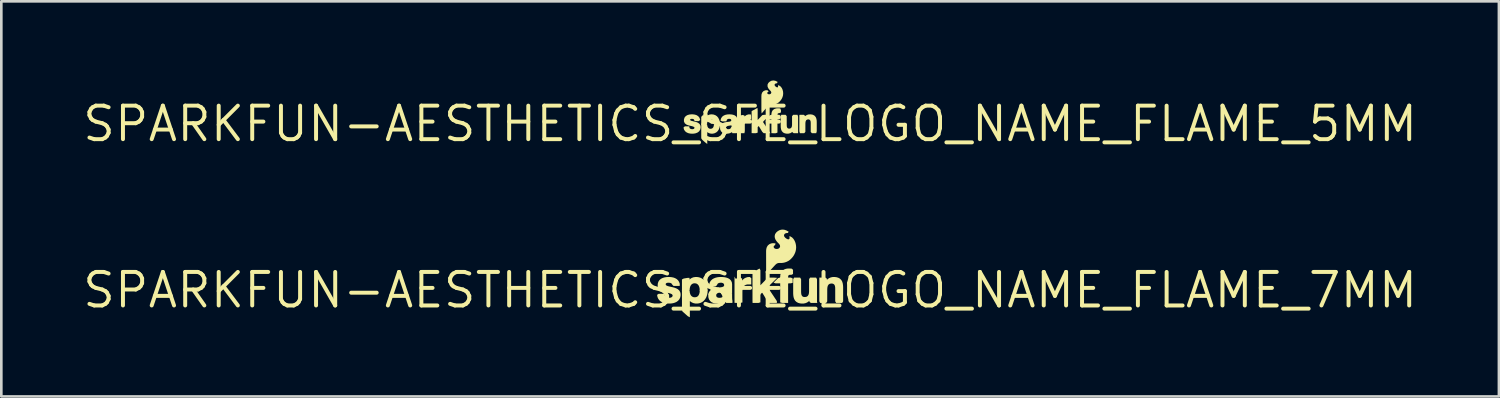
<source format=kicad_pcb>
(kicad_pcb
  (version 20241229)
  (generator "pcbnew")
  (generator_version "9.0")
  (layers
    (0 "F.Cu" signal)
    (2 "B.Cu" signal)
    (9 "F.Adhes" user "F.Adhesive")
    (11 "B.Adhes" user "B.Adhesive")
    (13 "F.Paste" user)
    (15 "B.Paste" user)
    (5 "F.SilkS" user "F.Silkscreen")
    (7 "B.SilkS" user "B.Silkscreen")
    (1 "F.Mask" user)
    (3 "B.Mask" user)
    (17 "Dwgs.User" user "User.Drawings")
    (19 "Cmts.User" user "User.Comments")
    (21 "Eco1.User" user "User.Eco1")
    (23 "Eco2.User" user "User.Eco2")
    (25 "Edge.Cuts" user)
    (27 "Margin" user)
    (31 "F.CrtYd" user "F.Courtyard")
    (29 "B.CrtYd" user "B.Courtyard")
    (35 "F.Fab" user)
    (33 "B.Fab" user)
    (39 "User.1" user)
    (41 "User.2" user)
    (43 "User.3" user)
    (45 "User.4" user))
  (footprint "SPARKFUN-AESTHETICS_SFE_LOGO_NAME_FLAME_5MM"
    (layer "F.Cu")
    (at 25.377 1.644)
    (property "Reference" "SPARKFUN-AESTHETICS_SFE_LOGO_NAME_FLAME_5MM" (at 0 0 0) (layer "F.SilkS") (effects (font (size 1.27 1.27) (thickness 0.15))))
    (fp_poly (pts (xy 0.028 -0.357) (xy 0.038 -0.274) (xy 0.038 -0.2) (xy 0.005 -0.143) (xy -0.072 -0.144) (xy -0.126 -0.13) (xy -0.167 -0.095) (xy -0.191 -0.044) (xy -0.201 0.015) (xy -0.201 0.277) (xy -0.216 0.355) (xy -0.376 0.355) (xy -0.43 0.314) (xy -0.43 -0.322) (xy -0.403 -0.314) (xy -0.273 -0.337) (xy -0.21 -0.311) (xy -0.21 -0.276) (xy -0.193 -0.296) (xy -0.133 -0.337) (xy -0.063 -0.359)) (stroke (width 0) (type default)) (fill yes) (layer "F.SilkS"))
    (fp_poly (pts (xy 0.286 -0.505) (xy 0.286 -0.147) (xy 0.462 -0.331) (xy 0.534 -0.344) (xy 0.694 -0.344) (xy 0.694 -0.281) (xy 0.502 -0.094) (xy 0.494 -0.062) (xy 0.769 0.354) (xy 0.517 0.355) (xy 0.463 0.306) (xy 0.331 0.09) (xy 0.314 0.091) (xy 0.286 0.125) (xy 0.286 0.332) (xy 0.215 0.355) (xy 0.144 0.355) (xy 0.057 0.35) (xy 0.057 -0.477) (xy 0.066 -0.488) (xy 0.279 -0.604)) (stroke (width 0) (type default)) (fill yes) (layer "F.SilkS"))
    (fp_poly (pts (xy -0.912 0.153) (xy -0.885 0.192) (xy -0.835 0.203) (xy -0.78 0.197) (xy -0.736 0.169) (xy -0.707 0.107) (xy -0.641 0.085) (xy -0.481 0.085) (xy -0.478 0.24) (xy -0.466 0.318) (xy -0.515 0.355) (xy -0.672 0.355) (xy -0.688 0.312) (xy -0.71 0.327) (xy -0.774 0.356) (xy -0.843 0.37) (xy -0.914 0.373) (xy -0.984 0.362) (xy -1.052 0.332) (xy -1.105 0.28) (xy -1.135 0.211) (xy -1.141 0.128) (xy -1.084 0.085) (xy -0.922 0.085)) (stroke (width 0) (type default)) (fill yes) (layer "F.SilkS"))
    (fp_poly (pts (xy -1.385 -0.353) (xy -1.317 -0.329) (xy -1.257 -0.289) (xy -1.21 -0.235) (xy -1.177 -0.172) (xy -1.155 -0.106) (xy -1.143 -0.032) (xy -1.172 0.035) (xy -1.334 0.035) (xy -1.371 -0.021) (xy -1.385 -0.086) (xy -1.411 -0.136) (xy -1.454 -0.168) (xy -1.507 -0.177) (xy -1.559 -0.163) (xy -1.598 -0.126) (xy -1.621 -0.074) (xy -1.632 -0.001) (xy -1.689 0.035) (xy -1.852 0.035) (xy -1.852 -0.262) (xy -1.811 -0.317) (xy -1.646 -0.346) (xy -1.638 -0.294) (xy -1.595 -0.329) (xy -1.527 -0.355) (xy -1.455 -0.361)) (stroke (width 0) (type default)) (fill yes) (layer "F.SilkS"))
    (fp_poly (pts (xy 1.14 -0.586) (xy 1.169 -0.52) (xy 1.169 -0.433) (xy 1.106 -0.407) (xy 1.053 -0.399) (xy 1.038 -0.364) (xy 1.047 -0.343) (xy 1.106 -0.343) (xy 1.159 -0.301) (xy 1.159 -0.208) (xy 1.098 -0.174) (xy 1.044 -0.174) (xy 1.036 -0.145) (xy 1.036 0.331) (xy 0.966 0.356) (xy 0.896 0.356) (xy 0.807 0.352) (xy 0.807 -0.174) (xy 0.694 -0.174) (xy 0.631 -0.209) (xy 0.754 -0.33) (xy 0.804 -0.34) (xy 0.808 -0.383) (xy 0.821 -0.453) (xy 0.858 -0.518) (xy 0.918 -0.563) (xy 0.987 -0.586) (xy 1.057 -0.591)) (stroke (width 0) (type default)) (fill yes) (layer "F.SilkS"))
    (fp_poly (pts (xy -1.631 0.021) (xy -1.619 0.093) (xy -1.594 0.144) (xy -1.552 0.178) (xy -1.499 0.188) (xy -1.445 0.177) (xy -1.404 0.143) (xy -1.381 0.091) (xy -1.369 0.017) (xy -1.309 -0.015) (xy -1.145 -0.015) (xy -1.146 0.075) (xy -1.16 0.144) (xy -1.186 0.21) (xy -1.225 0.27) (xy -1.278 0.32) (xy -1.342 0.354) (xy -1.412 0.371) (xy -1.484 0.371) (xy -1.554 0.354) (xy -1.618 0.318) (xy -1.624 0.311) (xy -1.624 0.315) (xy -1.624 0.762) (xy -1.71 0.697) (xy -1.812 0.606) (xy -1.852 0.547) (xy -1.852 -0.015) (xy -1.688 -0.015)) (stroke (width 0) (type default)) (fill yes) (layer "F.SilkS"))
    (fp_poly (pts (xy 2.367 -0.348) (xy 2.434 -0.316) (xy 2.485 -0.26) (xy 2.512 -0.192) (xy 2.523 -0.122) (xy 2.525 -0.054) (xy 2.525 0.282) (xy 2.505 0.355) (xy 2.342 0.355) (xy 2.297 0.305) (xy 2.297 -0.036) (xy 2.292 -0.097) (xy 2.271 -0.145) (xy 2.227 -0.169) (xy 2.174 -0.167) (xy 2.128 -0.143) (xy 2.104 -0.095) (xy 2.095 -0.035) (xy 2.094 0.304) (xy 2.05 0.355) (xy 1.887 0.355) (xy 1.866 0.282) (xy 1.866 -0.323) (xy 1.874 -0.344) (xy 2.033 -0.344) (xy 2.085 -0.302) (xy 2.085 -0.292) (xy 2.092 -0.299) (xy 2.154 -0.339) (xy 2.224 -0.359) (xy 2.296 -0.36)) (stroke (width 0) (type default)) (fill yes) (layer "F.SilkS"))
    (fp_poly (pts (xy 1.387 -0.293) (xy 1.387 0.047) (xy 1.392 0.108) (xy 1.413 0.157) (xy 1.456 0.18) (xy 1.51 0.179) (xy 1.555 0.154) (xy 1.58 0.107) (xy 1.589 0.047) (xy 1.589 -0.292) (xy 1.634 -0.344) (xy 1.797 -0.344) (xy 1.818 -0.271) (xy 1.818 0.305) (xy 1.818 0.305) (xy 1.818 0.355) (xy 1.651 0.355) (xy 1.599 0.314) (xy 1.598 0.304) (xy 1.592 0.311) (xy 1.53 0.35) (xy 1.46 0.37) (xy 1.388 0.372) (xy 1.317 0.36) (xy 1.25 0.328) (xy 1.199 0.272) (xy 1.172 0.204) (xy 1.161 0.134) (xy 1.159 0.066) (xy 1.159 -0.27) (xy 1.179 -0.344) (xy 1.342 -0.344)) (stroke (width 0) (type default)) (fill yes) (layer "F.SilkS"))
    (fp_poly (pts (xy -0.722 -0.358) (xy -0.653 -0.347) (xy -0.585 -0.323) (xy -0.524 -0.278) (xy -0.488 -0.211) (xy -0.481 -0.139) (xy -0.481 0.066) (xy -0.505 0.135) (xy -0.668 0.135) (xy -0.708 0.083) (xy -0.711 0.051) (xy -0.744 0.062) (xy -0.811 0.072) (xy -0.868 0.086) (xy -0.919 0.13) (xy -0.991 0.135) (xy -1.062 0.135) (xy -1.144 0.114) (xy -1.101 0.022) (xy -1.043 -0.027) (xy -0.976 -0.053) (xy -0.908 -0.067) (xy -0.778 -0.084) (xy -0.728 -0.101) (xy -0.711 -0.137) (xy -0.729 -0.176) (xy -0.776 -0.191) (xy -0.832 -0.189) (xy -0.875 -0.164) (xy -0.9 -0.094) (xy -1.055 -0.094) (xy -1.124 -0.126) (xy -1.098 -0.214) (xy -1.055 -0.275) (xy -0.996 -0.318) (xy -0.929 -0.344) (xy -0.86 -0.357) (xy -0.791 -0.361)) (stroke (width 0) (type default)) (fill yes) (layer "F.SilkS"))
    (fp_poly (pts (xy 0.958 -1.631) (xy 1.042 -1.591) (xy 1.021 -1.542) (xy 0.954 -1.525) (xy 0.926 -1.491) (xy 0.935 -1.446) (xy 0.973 -1.407) (xy 1.02 -1.382) (xy 1.054 -1.39) (xy 1.065 -1.47) (xy 1.099 -1.454) (xy 1.158 -1.414) (xy 1.202 -1.356) (xy 1.231 -1.291) (xy 1.248 -1.223) (xy 1.253 -1.153) (xy 1.247 -1.083) (xy 1.228 -1.015) (xy 1.199 -0.951) (xy 1.16 -0.893) (xy 1.114 -0.841) (xy 1.06 -0.796) (xy 0.999 -0.761) (xy 0.932 -0.738) (xy 0.863 -0.727) (xy 0.797 -0.727) (xy 0.74 -0.717) (xy 0.693 -0.684) (xy 0.561 -0.54) (xy 0.436 -0.394) (xy 0.427 -0.509) (xy 0.427 -1.04) (xy 0.431 -1.11) (xy 0.453 -1.181) (xy 0.503 -1.238) (xy 0.571 -1.27) (xy 0.651 -1.277) (xy 0.703 -1.234) (xy 0.646 -1.18) (xy 0.656 -1.144) (xy 0.698 -1.121) (xy 0.75 -1.123) (xy 0.791 -1.149) (xy 0.804 -1.193) (xy 0.783 -1.24) (xy 0.739 -1.285) (xy 0.695 -1.339) (xy 0.663 -1.406) (xy 0.659 -1.483) (xy 0.692 -1.552) (xy 0.747 -1.602) (xy 0.813 -1.635) (xy 0.886 -1.644)) (stroke (width 0) (type default)) (fill yes) (layer "F.SilkS"))
    (fp_poly (pts (xy -2.165 -0.36) (xy -2.095 -0.351) (xy -2.027 -0.329) (xy -1.965 -0.289) (xy -1.919 -0.231) (xy -1.89 -0.147) (xy -1.947 -0.104) (xy -2.022 -0.104) (xy -2.102 -0.107) (xy -2.131 -0.171) (xy -2.178 -0.19) (xy -2.234 -0.19) (xy -2.272 -0.172) (xy -2.272 -0.14) (xy -2.23 -0.116) (xy -2.039 -0.069) (xy -1.973 -0.041) (xy -1.914 0.005) (xy -1.879 0.073) (xy -1.875 0.148) (xy -1.892 0.22) (xy -1.932 0.283) (xy -1.991 0.328) (xy -2.057 0.355) (xy -2.126 0.369) (xy -2.196 0.373) (xy -2.265 0.369) (xy -2.334 0.355) (xy -2.4 0.328) (xy -2.459 0.284) (xy -2.502 0.223) (xy -2.526 0.141) (xy -2.473 0.094) (xy -2.303 0.094) (xy -2.305 0.117) (xy -2.29 0.166) (xy -2.247 0.195) (xy -2.192 0.203) (xy -2.139 0.193) (xy -2.108 0.162) (xy -2.115 0.125) (xy -2.16 0.101) (xy -2.22 0.084) (xy -2.285 0.07) (xy -2.351 0.052) (xy -2.417 0.025) (xy -2.476 -0.022) (xy -2.508 -0.093) (xy -2.507 -0.168) (xy -2.485 -0.239) (xy -2.436 -0.297) (xy -2.372 -0.334) (xy -2.304 -0.353) (xy -2.234 -0.361)) (stroke (width 0) (type default)) (fill yes) (layer "F.SilkS")))
  (footprint "SPARKFUN-AESTHETICS_SFE_LOGO_NAME_FLAME_7MM"
    (layer "F.Cu")
    (at 25.377 7.946)
    (property "Reference" "SPARKFUN-AESTHETICS_SFE_LOGO_NAME_FLAME_7MM" (at 0 0 0) (layer "F.SilkS") (effects (font (size 1.27 1.27) (thickness 0.15))))
    (fp_poly (pts (xy -0.552 -0.435) (xy -0.367 -0.468) (xy -0.304 -0.442) (xy -0.304 -0.364) (xy -0.278 -0.396) (xy -0.223 -0.442) (xy -0.16 -0.475) (xy -0.091 -0.495) (xy -0.012 -0.499) (xy 0.044 -0.452) (xy 0.044 -0.216) (xy -0.103 -0.216) (xy -0.162 -0.203) (xy -0.212 -0.174) (xy -0.251 -0.13) (xy -0.275 -0.076) (xy -0.288 -0.015) (xy -0.292 0.048) (xy -0.292 0.466) (xy -0.367 0.484) (xy -0.504 0.484) (xy -0.591 0.48) (xy -0.591 -0.516)) (stroke (width 0) (type default)) (fill yes) (layer "F.SilkS"))
    (fp_poly (pts (xy 0.39 -0.757) (xy 0.39 -0.185) (xy 0.646 -0.451) (xy 0.713 -0.475) (xy 0.916 -0.475) (xy 1.028 -0.466) (xy 0.67 -0.118) (xy 0.684 -0.082) (xy 1.015 0.416) (xy 1.014 0.484) (xy 0.715 0.484) (xy 0.665 0.431) (xy 0.463 0.103) (xy 0.446 0.103) (xy 0.41 0.138) (xy 0.39 0.184) (xy 0.39 0.461) (xy 0.319 0.484) (xy 0.093 0.484) (xy 0.09 0.396) (xy 0.09 -0.634) (xy 0.018 -0.634) (xy 0.357 -0.82)) (stroke (width 0) (type default)) (fill yes) (layer "F.SilkS"))
    (fp_poly (pts (xy -1.283 0.15) (xy -1.284 0.226) (xy -1.257 0.267) (xy -1.208 0.287) (xy -1.148 0.291) (xy -1.09 0.282) (xy -1.039 0.257) (xy -1.004 0.214) (xy -0.981 0.142) (xy -0.909 0.126) (xy -0.683 0.126) (xy -0.682 0.283) (xy -0.679 0.347) (xy -0.668 0.413) (xy -0.671 0.484) (xy -0.901 0.484) (xy -0.959 0.445) (xy -0.966 0.42) (xy -0.989 0.439) (xy -1.052 0.472) (xy -1.119 0.493) (xy -1.187 0.505) (xy -1.256 0.509) (xy -1.326 0.503) (xy -1.395 0.487) (xy -1.46 0.457) (xy -1.516 0.411) (xy -1.557 0.351) (xy -1.58 0.282) (xy -1.587 0.21) (xy -1.571 0.126) (xy -1.347 0.126)) (stroke (width 0) (type default)) (fill yes) (layer "F.SilkS"))
    (fp_poly (pts (xy 1.573 -0.816) (xy 1.626 -0.772) (xy 1.626 -0.613) (xy 1.567 -0.581) (xy 1.5 -0.582) (xy 1.456 -0.564) (xy 1.44 -0.517) (xy 1.44 -0.478) (xy 1.477 -0.475) (xy 1.548 -0.475) (xy 1.612 -0.444) (xy 1.612 -0.277) (xy 1.537 -0.258) (xy 1.471 -0.258) (xy 1.44 -0.25) (xy 1.44 0.483) (xy 1.214 0.484) (xy 1.14 0.464) (xy 1.14 -0.258) (xy 0.962 -0.258) (xy 0.887 -0.286) (xy 1.061 -0.457) (xy 1.121 -0.472) (xy 1.14 -0.494) (xy 1.142 -0.553) (xy 1.155 -0.623) (xy 1.185 -0.689) (xy 1.232 -0.745) (xy 1.293 -0.785) (xy 1.36 -0.809) (xy 1.429 -0.82) (xy 1.498 -0.82)) (stroke (width 0) (type default)) (fill yes) (layer "F.SilkS"))
    (fp_poly (pts (xy -2.293 0.015) (xy -2.285 0.092) (xy -2.269 0.151) (xy -2.241 0.203) (xy -2.2 0.242) (xy -2.148 0.265) (xy -2.09 0.27) (xy -2.033 0.26) (xy -1.984 0.232) (xy -1.948 0.187) (xy -1.925 0.132) (xy -1.912 0.072) (xy -1.907 -0.015) (xy -1.683 -0.015) (xy -1.608 0.004) (xy -1.613 0.092) (xy -1.625 0.159) (xy -1.644 0.225) (xy -1.671 0.289) (xy -1.708 0.348) (xy -1.754 0.401) (xy -1.808 0.445) (xy -1.87 0.478) (xy -1.937 0.499) (xy -2.006 0.508) (xy -2.076 0.506) (xy -2.145 0.492) (xy -2.21 0.465) (xy -2.269 0.425) (xy -2.284 0.409) (xy -2.284 1.027) (xy -2.361 0.988) (xy -2.566 0.806) (xy -2.583 0.736) (xy -2.583 -0.015) (xy -2.355 -0.015)) (stroke (width 0) (type default)) (fill yes) (layer "F.SilkS"))
    (fp_poly (pts (xy -2.009 -0.498) (xy -1.939 -0.488) (xy -1.872 -0.466) (xy -1.809 -0.432) (xy -1.753 -0.387) (xy -1.707 -0.333) (xy -1.671 -0.273) (xy -1.644 -0.209) (xy -1.625 -0.142) (xy -1.614 -0.073) (xy -1.608 0.015) (xy -1.684 0.035) (xy -1.821 0.035) (xy -1.907 0.03) (xy -1.913 -0.056) (xy -1.926 -0.118) (xy -1.949 -0.173) (xy -1.986 -0.219) (xy -2.035 -0.25) (xy -2.092 -0.261) (xy -2.15 -0.256) (xy -2.203 -0.232) (xy -2.243 -0.191) (xy -2.27 -0.138) (xy -2.286 -0.078) (xy -2.293 -0.001) (xy -2.351 0.035) (xy -2.583 0.035) (xy -2.583 -0.405) (xy -2.518 -0.44) (xy -2.381 -0.464) (xy -2.296 -0.467) (xy -2.296 -0.399) (xy -2.277 -0.421) (xy -2.217 -0.461) (xy -2.15 -0.487) (xy -2.079 -0.498)) (stroke (width 0) (type default)) (fill yes) (layer "F.SilkS"))
    (fp_poly (pts (xy 1.932 -0.415) (xy 1.932 0.057) (xy 1.935 0.121) (xy 1.946 0.18) (xy 1.974 0.229) (xy 2.02 0.256) (xy 2.077 0.261) (xy 2.135 0.252) (xy 2.182 0.223) (xy 2.213 0.176) (xy 2.229 0.118) (xy 2.234 0.055) (xy 2.235 -0.418) (xy 2.273 -0.475) (xy 2.501 -0.475) (xy 2.535 -0.413) (xy 2.535 0.453) (xy 2.549 0.484) (xy 2.302 0.484) (xy 2.247 0.442) (xy 2.247 0.397) (xy 2.221 0.425) (xy 2.162 0.466) (xy 2.096 0.493) (xy 2.026 0.507) (xy 1.956 0.508) (xy 1.886 0.5) (xy 1.818 0.481) (xy 1.754 0.445) (xy 1.702 0.394) (xy 1.667 0.33) (xy 1.646 0.262) (xy 1.636 0.193) (xy 1.632 0.125) (xy 1.632 -0.415) (xy 1.668 -0.475) (xy 1.896 -0.475)) (stroke (width 0) (type default)) (fill yes) (layer "F.SilkS"))
    (fp_poly (pts (xy 3.271 -0.491) (xy 3.34 -0.471) (xy 3.404 -0.436) (xy 3.456 -0.384) (xy 3.491 -0.321) (xy 3.511 -0.253) (xy 3.521 -0.184) (xy 3.525 -0.116) (xy 3.525 0.424) (xy 3.489 0.484) (xy 3.261 0.484) (xy 3.225 0.424) (xy 3.225 -0.048) (xy 3.223 -0.112) (xy 3.211 -0.171) (xy 3.183 -0.219) (xy 3.137 -0.246) (xy 3.08 -0.252) (xy 3.022 -0.243) (xy 2.975 -0.214) (xy 2.944 -0.167) (xy 2.929 -0.109) (xy 2.923 -0.046) (xy 2.922 0.427) (xy 2.884 0.484) (xy 2.656 0.484) (xy 2.623 0.422) (xy 2.623 -0.425) (xy 2.623 -0.425) (xy 2.623 -0.475) (xy 2.856 -0.475) (xy 2.91 -0.433) (xy 2.91 -0.388) (xy 2.936 -0.416) (xy 2.995 -0.457) (xy 3.061 -0.484) (xy 3.131 -0.498) (xy 3.202 -0.499)) (stroke (width 0) (type default)) (fill yes) (layer "F.SilkS"))
    (fp_poly (pts (xy -1.039 -0.497) (xy -0.97 -0.49) (xy -0.902 -0.476) (xy -0.836 -0.453) (xy -0.773 -0.415) (xy -0.723 -0.361) (xy -0.692 -0.294) (xy -0.683 -0.223) (xy -0.683 0.12) (xy -0.722 0.176) (xy -0.95 0.176) (xy -0.982 0.116) (xy -0.982 0.062) (xy -0.99 0.06) (xy -1.049 0.075) (xy -1.18 0.096) (xy -1.236 0.115) (xy -1.285 0.161) (xy -1.352 0.176) (xy -1.588 0.176) (xy -1.56 0.078) (xy -1.518 0.017) (xy -1.461 -0.029) (xy -1.396 -0.059) (xy -1.328 -0.077) (xy -1.261 -0.089) (xy -1.129 -0.106) (xy -1.066 -0.116) (xy -1.012 -0.135) (xy -0.984 -0.173) (xy -0.988 -0.222) (xy -1.018 -0.262) (xy -1.07 -0.28) (xy -1.13 -0.282) (xy -1.187 -0.272) (xy -1.232 -0.242) (xy -1.26 -0.183) (xy -1.313 -0.145) (xy -1.543 -0.145) (xy -1.552 -0.226) (xy -1.529 -0.297) (xy -1.49 -0.358) (xy -1.438 -0.408) (xy -1.377 -0.445) (xy -1.312 -0.471) (xy -1.244 -0.488) (xy -1.176 -0.497) (xy -1.107 -0.499)) (stroke (width 0) (type default)) (fill yes) (layer "F.SilkS"))
    (fp_poly (pts (xy 1.313 -2.285) (xy 1.379 -2.261) (xy 1.462 -2.214) (xy 1.43 -2.168) (xy 1.358 -2.161) (xy 1.311 -2.135) (xy 1.284 -2.092) (xy 1.289 -2.043) (xy 1.321 -1.997) (xy 1.366 -1.958) (xy 1.418 -1.931) (xy 1.465 -1.925) (xy 1.494 -1.954) (xy 1.494 -2.054) (xy 1.533 -2.031) (xy 1.592 -1.996) (xy 1.641 -1.944) (xy 1.679 -1.885) (xy 1.708 -1.822) (xy 1.728 -1.756) (xy 1.74 -1.688) (xy 1.744 -1.619) (xy 1.739 -1.55) (xy 1.726 -1.482) (xy 1.705 -1.417) (xy 1.676 -1.354) (xy 1.641 -1.295) (xy 1.6 -1.24) (xy 1.554 -1.19) (xy 1.502 -1.144) (xy 1.445 -1.105) (xy 1.383 -1.074) (xy 1.318 -1.051) (xy 1.25 -1.036) (xy 1.182 -1.03) (xy 1.116 -1.031) (xy 1.056 -1.026) (xy 1.004 -1.002) (xy 0.957 -0.962) (xy 0.913 -0.915) (xy 0.78 -0.769) (xy 0.607 -0.568) (xy 0.606 -1.493) (xy 0.613 -1.562) (xy 0.633 -1.631) (xy 0.671 -1.693) (xy 0.727 -1.741) (xy 0.794 -1.77) (xy 0.865 -1.781) (xy 0.962 -1.773) (xy 0.948 -1.713) (xy 0.898 -1.672) (xy 0.891 -1.629) (xy 0.918 -1.588) (xy 0.967 -1.564) (xy 1.023 -1.56) (xy 1.077 -1.575) (xy 1.118 -1.609) (xy 1.137 -1.656) (xy 1.128 -1.708) (xy 1.095 -1.756) (xy 1.049 -1.801) (xy 1.004 -1.853) (xy 0.965 -1.911) (xy 0.938 -1.978) (xy 0.93 -2.051) (xy 0.947 -2.123) (xy 0.988 -2.184) (xy 1.042 -2.232) (xy 1.103 -2.268) (xy 1.171 -2.29) (xy 1.242 -2.296)) (stroke (width 0) (type default)) (fill yes) (layer "F.SilkS"))
    (fp_poly (pts (xy -3.046 -0.499) (xy -2.978 -0.492) (xy -2.91 -0.479) (xy -2.845 -0.456) (xy -2.783 -0.421) (xy -2.73 -0.373) (xy -2.691 -0.312) (xy -2.666 -0.243) (xy -2.668 -0.159) (xy -2.901 -0.159) (xy -2.946 -0.204) (xy -2.979 -0.254) (xy -3.028 -0.276) (xy -3.088 -0.282) (xy -3.146 -0.278) (xy -3.19 -0.256) (xy -3.202 -0.217) (xy -3.176 -0.179) (xy -3.125 -0.156) (xy -3.064 -0.139) (xy -2.936 -0.111) (xy -2.87 -0.094) (xy -2.806 -0.071) (xy -2.743 -0.038) (xy -2.688 0.009) (xy -2.65 0.072) (xy -2.634 0.143) (xy -2.636 0.214) (xy -2.651 0.283) (xy -2.683 0.348) (xy -2.73 0.402) (xy -2.787 0.444) (xy -2.851 0.473) (xy -2.918 0.493) (xy -2.985 0.504) (xy -3.053 0.508) (xy -3.121 0.507) (xy -3.189 0.5) (xy -3.256 0.486) (xy -3.322 0.463) (xy -3.384 0.43) (xy -3.438 0.385) (xy -3.481 0.327) (xy -3.51 0.262) (xy -3.526 0.179) (xy -3.468 0.139) (xy -3.238 0.139) (xy -3.238 0.161) (xy -3.226 0.216) (xy -3.192 0.257) (xy -3.141 0.282) (xy -3.082 0.291) (xy -3.024 0.287) (xy -2.972 0.267) (xy -2.939 0.229) (xy -2.938 0.184) (xy -2.972 0.149) (xy -3.027 0.126) (xy -3.088 0.109) (xy -3.216 0.08) (xy -3.281 0.062) (xy -3.346 0.039) (xy -3.408 0.005) (xy -3.461 -0.046) (xy -3.495 -0.112) (xy -3.504 -0.184) (xy -3.497 -0.255) (xy -3.475 -0.323) (xy -3.434 -0.383) (xy -3.379 -0.43) (xy -3.316 -0.462) (xy -3.249 -0.482) (xy -3.182 -0.494) (xy -3.114 -0.499)) (stroke (width 0) (type default)) (fill yes) (layer "F.SilkS")))
  (gr_rect
    (start -3 -3)
    (end 53.754 11.974)
    (stroke (width 0.1) (type default))
    (fill no)
    (layer "Edge.Cuts")))
</source>
